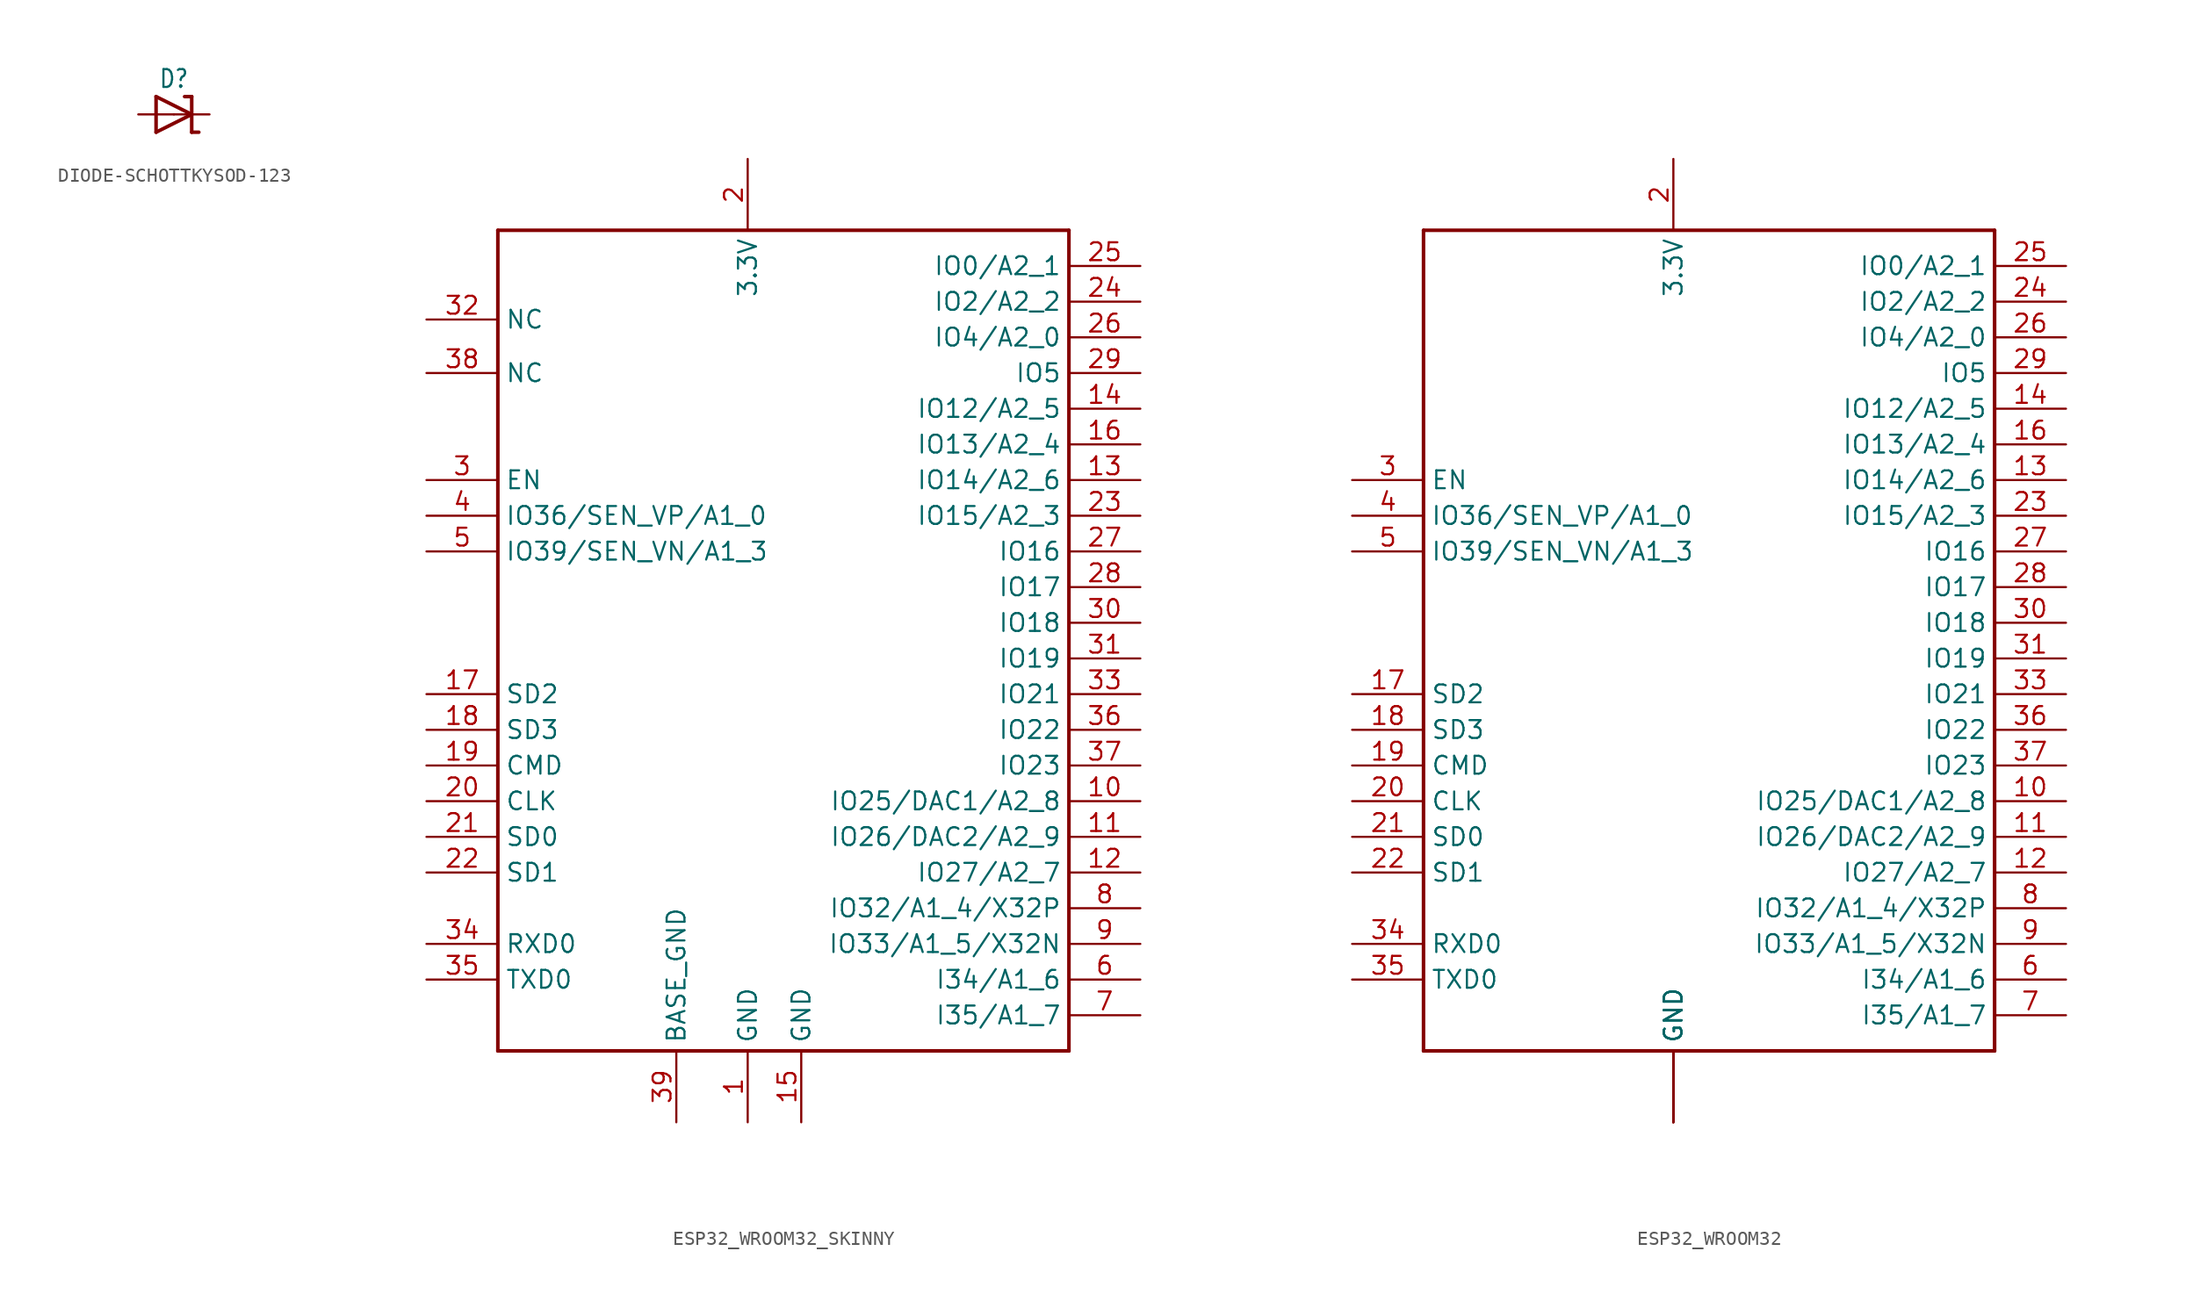
<source format=kicad_sym>
(kicad_symbol_lib
  (version 20231120)
  (generator "kicad_symbol_editor")
  (generator_version "8.0")
  (symbol "DIODE-SCHOTTKYSOD-123"
    (property "Reference" "D"
      (at 0 2.54 0)
      (effects (font (size 1.27 1.079))))
    (property "Value" ""
      (at 0 -2.5 0)
      (effects (font (size 1.27 1.079))))
    (property "ki_locked" ""
      (at 0 0 0)
      (effects (font (size 1.27 1.27))))
    (symbol "DIODE-SCHOTTKYSOD-123_1_0"
      (polyline (pts (xy -1.27 -1.27) (xy 1.27 0)) (stroke (width 0.254) (type solid)) (fill (type none)))
      (polyline (pts (xy -1.27 1.27) (xy -1.27 -1.27)) (stroke (width 0.254) (type solid)) (fill (type none)))
      (polyline (pts (xy 1.27 -1.27) (xy 1.778 -1.27)) (stroke (width 0.254) (type solid)) (fill (type none)))
      (polyline (pts (xy 1.27 0) (xy -1.27 1.27)) (stroke (width 0.254) (type solid)) (fill (type none)))
      (polyline (pts (xy 1.27 0) (xy 1.27 -1.27)) (stroke (width 0.254) (type solid)) (fill (type none)))
      (polyline (pts (xy 1.27 1.27) (xy 0.762 1.27)) (stroke (width 0.254) (type solid)) (fill (type none)))
      (polyline (pts (xy 1.27 1.27) (xy 1.27 0)) (stroke (width 0.254) (type solid)) (fill (type none)))
      (pin passive line (at 2.54 0 180) (length 2.54) (name "C" (effects (font (size 0 0)))) (number "1" (effects (font (size 0 0)))))
      (pin passive line (at -2.54 0 0) (length 2.54) (name "A" (effects (font (size 0 0)))) (number "2" (effects (font (size 0 0)))))))
  (symbol "ESP32_WROOM32_SKINNY"
    (property "Reference" "X"
      (at 0 0 0)
      (effects (font (size 1.27 1.27)) (hide yes)))
    (symbol "ESP32_WROOM32_SKINNY_1_0"
      (polyline (pts (xy -17.78 -22.86) (xy -17.78 35.56)) (stroke (width 0.254) (type solid)) (fill (type none)))
      (polyline (pts (xy -17.78 35.56) (xy 22.86 35.56)) (stroke (width 0.254) (type solid)) (fill (type none)))
      (polyline (pts (xy 22.86 -22.86) (xy -17.78 -22.86)) (stroke (width 0.254) (type solid)) (fill (type none)))
      (polyline (pts (xy 22.86 35.56) (xy 22.86 -22.86)) (stroke (width 0.254) (type solid)) (fill (type none)))
      (pin bidirectional line (at 27.94 -5.08 180) (length 5.08) (name "IO25/DAC1/A2_8" (effects (font (size 1.27 1.27)))) (number "10" (effects (font (size 1.27 1.27)))))
      (pin bidirectional line (at 27.94 -7.62 180) (length 5.08) (name "IO26/DAC2/A2_9" (effects (font (size 1.27 1.27)))) (number "11" (effects (font (size 1.27 1.27)))))
      (pin bidirectional line (at 27.94 -10.16 180) (length 5.08) (name "IO27/A2_7" (effects (font (size 1.27 1.27)))) (number "12" (effects (font (size 1.27 1.27)))))
      (pin bidirectional line (at 27.94 17.78 180) (length 5.08) (name "IO14/A2_6" (effects (font (size 1.27 1.27)))) (number "13" (effects (font (size 1.27 1.27)))))
      (pin bidirectional line (at 27.94 22.86 180) (length 5.08) (name "IO12/A2_5" (effects (font (size 1.27 1.27)))) (number "14" (effects (font (size 1.27 1.27)))))
      (pin bidirectional line (at 27.94 20.32 180) (length 5.08) (name "IO13/A2_4" (effects (font (size 1.27 1.27)))) (number "16" (effects (font (size 1.27 1.27)))))
      (pin bidirectional line (at -22.86 2.54 0) (length 5.08) (name "SD2" (effects (font (size 1.27 1.27)))) (number "17" (effects (font (size 1.27 1.27)))))
      (pin bidirectional line (at -22.86 0 0) (length 5.08) (name "SD3" (effects (font (size 1.27 1.27)))) (number "18" (effects (font (size 1.27 1.27)))))
      (pin bidirectional line (at -22.86 -2.54 0) (length 5.08) (name "CMD" (effects (font (size 1.27 1.27)))) (number "19" (effects (font (size 1.27 1.27)))))
      (pin passive line (at 0 40.64 270) (length 5.08) (name "3.3V" (effects (font (size 1.27 1.27)))) (number "2" (effects (font (size 1.27 1.27)))))
      (pin bidirectional line (at -22.86 -5.08 0) (length 5.08) (name "CLK" (effects (font (size 1.27 1.27)))) (number "20" (effects (font (size 1.27 1.27)))))
      (pin bidirectional line (at -22.86 -7.62 0) (length 5.08) (name "SD0" (effects (font (size 1.27 1.27)))) (number "21" (effects (font (size 1.27 1.27)))))
      (pin bidirectional line (at -22.86 -10.16 0) (length 5.08) (name "SD1" (effects (font (size 1.27 1.27)))) (number "22" (effects (font (size 1.27 1.27)))))
      (pin bidirectional line (at 27.94 15.24 180) (length 5.08) (name "IO15/A2_3" (effects (font (size 1.27 1.27)))) (number "23" (effects (font (size 1.27 1.27)))))
      (pin bidirectional line (at 27.94 30.48 180) (length 5.08) (name "IO2/A2_2" (effects (font (size 1.27 1.27)))) (number "24" (effects (font (size 1.27 1.27)))))
      (pin bidirectional line (at 27.94 33.02 180) (length 5.08) (name "IO0/A2_1" (effects (font (size 1.27 1.27)))) (number "25" (effects (font (size 1.27 1.27)))))
      (pin bidirectional line (at 27.94 27.94 180) (length 5.08) (name "IO4/A2_0" (effects (font (size 1.27 1.27)))) (number "26" (effects (font (size 1.27 1.27)))))
      (pin bidirectional line (at 27.94 12.7 180) (length 5.08) (name "IO16" (effects (font (size 1.27 1.27)))) (number "27" (effects (font (size 1.27 1.27)))))
      (pin bidirectional line (at 27.94 10.16 180) (length 5.08) (name "IO17" (effects (font (size 1.27 1.27)))) (number "28" (effects (font (size 1.27 1.27)))))
      (pin bidirectional line (at 27.94 25.4 180) (length 5.08) (name "IO5" (effects (font (size 1.27 1.27)))) (number "29" (effects (font (size 1.27 1.27)))))
      (pin input line (at -22.86 17.78 0) (length 5.08) (name "EN" (effects (font (size 1.27 1.27)))) (number "3" (effects (font (size 1.27 1.27)))))
      (pin bidirectional line (at 27.94 7.62 180) (length 5.08) (name "IO18" (effects (font (size 1.27 1.27)))) (number "30" (effects (font (size 1.27 1.27)))))
      (pin bidirectional line (at 27.94 5.08 180) (length 5.08) (name "IO19" (effects (font (size 1.27 1.27)))) (number "31" (effects (font (size 1.27 1.27)))))
      (pin bidirectional line (at 27.94 2.54 180) (length 5.08) (name "IO21" (effects (font (size 1.27 1.27)))) (number "33" (effects (font (size 1.27 1.27)))))
      (pin input line (at -22.86 -15.24 0) (length 5.08) (name "RXD0" (effects (font (size 1.27 1.27)))) (number "34" (effects (font (size 1.27 1.27)))))
      (pin output line (at -22.86 -17.78 0) (length 5.08) (name "TXD0" (effects (font (size 1.27 1.27)))) (number "35" (effects (font (size 1.27 1.27)))))
      (pin bidirectional line (at 27.94 0 180) (length 5.08) (name "IO22" (effects (font (size 1.27 1.27)))) (number "36" (effects (font (size 1.27 1.27)))))
      (pin bidirectional line (at 27.94 -2.54 180) (length 5.08) (name "IO23" (effects (font (size 1.27 1.27)))) (number "37" (effects (font (size 1.27 1.27)))))
      (pin passive line (at -22.86 15.24 0) (length 5.08) (name "IO36/SEN_VP/A1_0" (effects (font (size 1.27 1.27)))) (number "4" (effects (font (size 1.27 1.27)))))
      (pin passive line (at -22.86 12.7 0) (length 5.08) (name "IO39/SEN_VN/A1_3" (effects (font (size 1.27 1.27)))) (number "5" (effects (font (size 1.27 1.27)))))
      (pin bidirectional line (at 27.94 -17.78 180) (length 5.08) (name "I34/A1_6" (effects (font (size 1.27 1.27)))) (number "6" (effects (font (size 1.27 1.27)))))
      (pin bidirectional line (at 27.94 -20.32 180) (length 5.08) (name "I35/A1_7" (effects (font (size 1.27 1.27)))) (number "7" (effects (font (size 1.27 1.27)))))
      (pin bidirectional line (at 27.94 -12.7 180) (length 5.08) (name "IO32/A1_4/X32P" (effects (font (size 1.27 1.27)))) (number "8" (effects (font (size 1.27 1.27)))))
      (pin bidirectional line (at 27.94 -15.24 180) (length 5.08) (name "IO33/A1_5/X32N" (effects (font (size 1.27 1.27)))) (number "9" (effects (font (size 1.27 1.27))))))
    (symbol "ESP32_WROOM32_SKINNY_1_1"
      (pin passive line (at 0 -27.94 90) (length 5.08) (name "GND" (effects (font (size 1.27 1.27)))) (number "1" (effects (font (size 1.27 1.27)))))
      (pin passive line (at 3.81 -27.94 90) (length 5.08) (name "GND" (effects (font (size 1.27 1.27)))) (number "15" (effects (font (size 1.27 1.27)))))
      (pin input line (at -22.86 29.21 0) (length 5.08) (name "NC" (effects (font (size 1.27 1.27)))) (number "32" (effects (font (size 1.27 1.27)))))
      (pin input line (at -22.86 25.4 0) (length 5.08) (name "NC" (effects (font (size 1.27 1.27)))) (number "38" (effects (font (size 1.27 1.27)))))
      (pin passive line (at -5.08 -27.94 90) (length 5.08) (name "BASE_GND" (effects (font (size 1.27 1.27)))) (number "39" (effects (font (size 1.27 1.27)))))))
  (symbol "ESP32_WROOM32"
    (property "Reference" "X"
      (at 0 0 0)
      (effects (font (size 1.27 1.27)) (hide yes)))
    (property "ki_locked" ""
      (at 0 0 0)
      (effects (font (size 1.27 1.27))))
    (symbol "ESP32_WROOM32_1_0"
      (polyline (pts (xy -17.78 -22.86) (xy -17.78 35.56)) (stroke (width 0.254) (type solid)) (fill (type none)))
      (polyline (pts (xy -17.78 35.56) (xy 22.86 35.56)) (stroke (width 0.254) (type solid)) (fill (type none)))
      (polyline (pts (xy 22.86 -22.86) (xy -17.78 -22.86)) (stroke (width 0.254) (type solid)) (fill (type none)))
      (polyline (pts (xy 22.86 35.56) (xy 22.86 -22.86)) (stroke (width 0.254) (type solid)) (fill (type none)))
      (pin passive line (at 0 -27.94 90) (length 5.08) (name "GND" (effects (font (size 1.27 1.27)))) (number "1" (effects (font (size 0 0)))))
      (pin bidirectional line (at 27.94 -5.08 180) (length 5.08) (name "IO25/DAC1/A2_8" (effects (font (size 1.27 1.27)))) (number "10" (effects (font (size 1.27 1.27)))))
      (pin bidirectional line (at 27.94 -7.62 180) (length 5.08) (name "IO26/DAC2/A2_9" (effects (font (size 1.27 1.27)))) (number "11" (effects (font (size 1.27 1.27)))))
      (pin bidirectional line (at 27.94 -10.16 180) (length 5.08) (name "IO27/A2_7" (effects (font (size 1.27 1.27)))) (number "12" (effects (font (size 1.27 1.27)))))
      (pin bidirectional line (at 27.94 17.78 180) (length 5.08) (name "IO14/A2_6" (effects (font (size 1.27 1.27)))) (number "13" (effects (font (size 1.27 1.27)))))
      (pin bidirectional line (at 27.94 22.86 180) (length 5.08) (name "IO12/A2_5" (effects (font (size 1.27 1.27)))) (number "14" (effects (font (size 1.27 1.27)))))
      (pin passive line (at 0 -27.94 90) (length 5.08) (name "GND" (effects (font (size 1.27 1.27)))) (number "15" (effects (font (size 0 0)))))
      (pin bidirectional line (at 27.94 20.32 180) (length 5.08) (name "IO13/A2_4" (effects (font (size 1.27 1.27)))) (number "16" (effects (font (size 1.27 1.27)))))
      (pin bidirectional line (at -22.86 2.54 0) (length 5.08) (name "SD2" (effects (font (size 1.27 1.27)))) (number "17" (effects (font (size 1.27 1.27)))))
      (pin bidirectional line (at -22.86 0 0) (length 5.08) (name "SD3" (effects (font (size 1.27 1.27)))) (number "18" (effects (font (size 1.27 1.27)))))
      (pin bidirectional line (at -22.86 -2.54 0) (length 5.08) (name "CMD" (effects (font (size 1.27 1.27)))) (number "19" (effects (font (size 1.27 1.27)))))
      (pin passive line (at 0 40.64 270) (length 5.08) (name "3.3V" (effects (font (size 1.27 1.27)))) (number "2" (effects (font (size 1.27 1.27)))))
      (pin bidirectional line (at -22.86 -5.08 0) (length 5.08) (name "CLK" (effects (font (size 1.27 1.27)))) (number "20" (effects (font (size 1.27 1.27)))))
      (pin bidirectional line (at -22.86 -7.62 0) (length 5.08) (name "SD0" (effects (font (size 1.27 1.27)))) (number "21" (effects (font (size 1.27 1.27)))))
      (pin bidirectional line (at -22.86 -10.16 0) (length 5.08) (name "SD1" (effects (font (size 1.27 1.27)))) (number "22" (effects (font (size 1.27 1.27)))))
      (pin bidirectional line (at 27.94 15.24 180) (length 5.08) (name "IO15/A2_3" (effects (font (size 1.27 1.27)))) (number "23" (effects (font (size 1.27 1.27)))))
      (pin bidirectional line (at 27.94 30.48 180) (length 5.08) (name "IO2/A2_2" (effects (font (size 1.27 1.27)))) (number "24" (effects (font (size 1.27 1.27)))))
      (pin bidirectional line (at 27.94 33.02 180) (length 5.08) (name "IO0/A2_1" (effects (font (size 1.27 1.27)))) (number "25" (effects (font (size 1.27 1.27)))))
      (pin bidirectional line (at 27.94 27.94 180) (length 5.08) (name "IO4/A2_0" (effects (font (size 1.27 1.27)))) (number "26" (effects (font (size 1.27 1.27)))))
      (pin bidirectional line (at 27.94 12.7 180) (length 5.08) (name "IO16" (effects (font (size 1.27 1.27)))) (number "27" (effects (font (size 1.27 1.27)))))
      (pin bidirectional line (at 27.94 10.16 180) (length 5.08) (name "IO17" (effects (font (size 1.27 1.27)))) (number "28" (effects (font (size 1.27 1.27)))))
      (pin bidirectional line (at 27.94 25.4 180) (length 5.08) (name "IO5" (effects (font (size 1.27 1.27)))) (number "29" (effects (font (size 1.27 1.27)))))
      (pin input line (at -22.86 17.78 0) (length 5.08) (name "EN" (effects (font (size 1.27 1.27)))) (number "3" (effects (font (size 1.27 1.27)))))
      (pin bidirectional line (at 27.94 7.62 180) (length 5.08) (name "IO18" (effects (font (size 1.27 1.27)))) (number "30" (effects (font (size 1.27 1.27)))))
      (pin bidirectional line (at 27.94 5.08 180) (length 5.08) (name "IO19" (effects (font (size 1.27 1.27)))) (number "31" (effects (font (size 1.27 1.27)))))
      (pin bidirectional line (at 27.94 2.54 180) (length 5.08) (name "IO21" (effects (font (size 1.27 1.27)))) (number "33" (effects (font (size 1.27 1.27)))))
      (pin input line (at -22.86 -15.24 0) (length 5.08) (name "RXD0" (effects (font (size 1.27 1.27)))) (number "34" (effects (font (size 1.27 1.27)))))
      (pin output line (at -22.86 -17.78 0) (length 5.08) (name "TXD0" (effects (font (size 1.27 1.27)))) (number "35" (effects (font (size 1.27 1.27)))))
      (pin bidirectional line (at 27.94 0 180) (length 5.08) (name "IO22" (effects (font (size 1.27 1.27)))) (number "36" (effects (font (size 1.27 1.27)))))
      (pin bidirectional line (at 27.94 -2.54 180) (length 5.08) (name "IO23" (effects (font (size 1.27 1.27)))) (number "37" (effects (font (size 1.27 1.27)))))
      (pin passive line (at 0 -27.94 90) (length 5.08) (name "GND" (effects (font (size 1.27 1.27)))) (number "38" (effects (font (size 0 0)))))
      (pin passive line (at -22.86 15.24 0) (length 5.08) (name "IO36/SEN_VP/A1_0" (effects (font (size 1.27 1.27)))) (number "4" (effects (font (size 1.27 1.27)))))
      (pin passive line (at -22.86 12.7 0) (length 5.08) (name "IO39/SEN_VN/A1_3" (effects (font (size 1.27 1.27)))) (number "5" (effects (font (size 1.27 1.27)))))
      (pin bidirectional line (at 27.94 -17.78 180) (length 5.08) (name "I34/A1_6" (effects (font (size 1.27 1.27)))) (number "6" (effects (font (size 1.27 1.27)))))
      (pin bidirectional line (at 27.94 -20.32 180) (length 5.08) (name "I35/A1_7" (effects (font (size 1.27 1.27)))) (number "7" (effects (font (size 1.27 1.27)))))
      (pin bidirectional line (at 27.94 -12.7 180) (length 5.08) (name "IO32/A1_4/X32P" (effects (font (size 1.27 1.27)))) (number "8" (effects (font (size 1.27 1.27)))))
      (pin bidirectional line (at 27.94 -15.24 180) (length 5.08) (name "IO33/A1_5/X32N" (effects (font (size 1.27 1.27)))) (number "9" (effects (font (size 1.27 1.27)))))
      (pin passive line (at 0 -27.94 90) (length 5.08) (name "GND" (effects (font (size 1.27 1.27)))) (number "P$1" (effects (font (size 0 0))))))))
</source>
